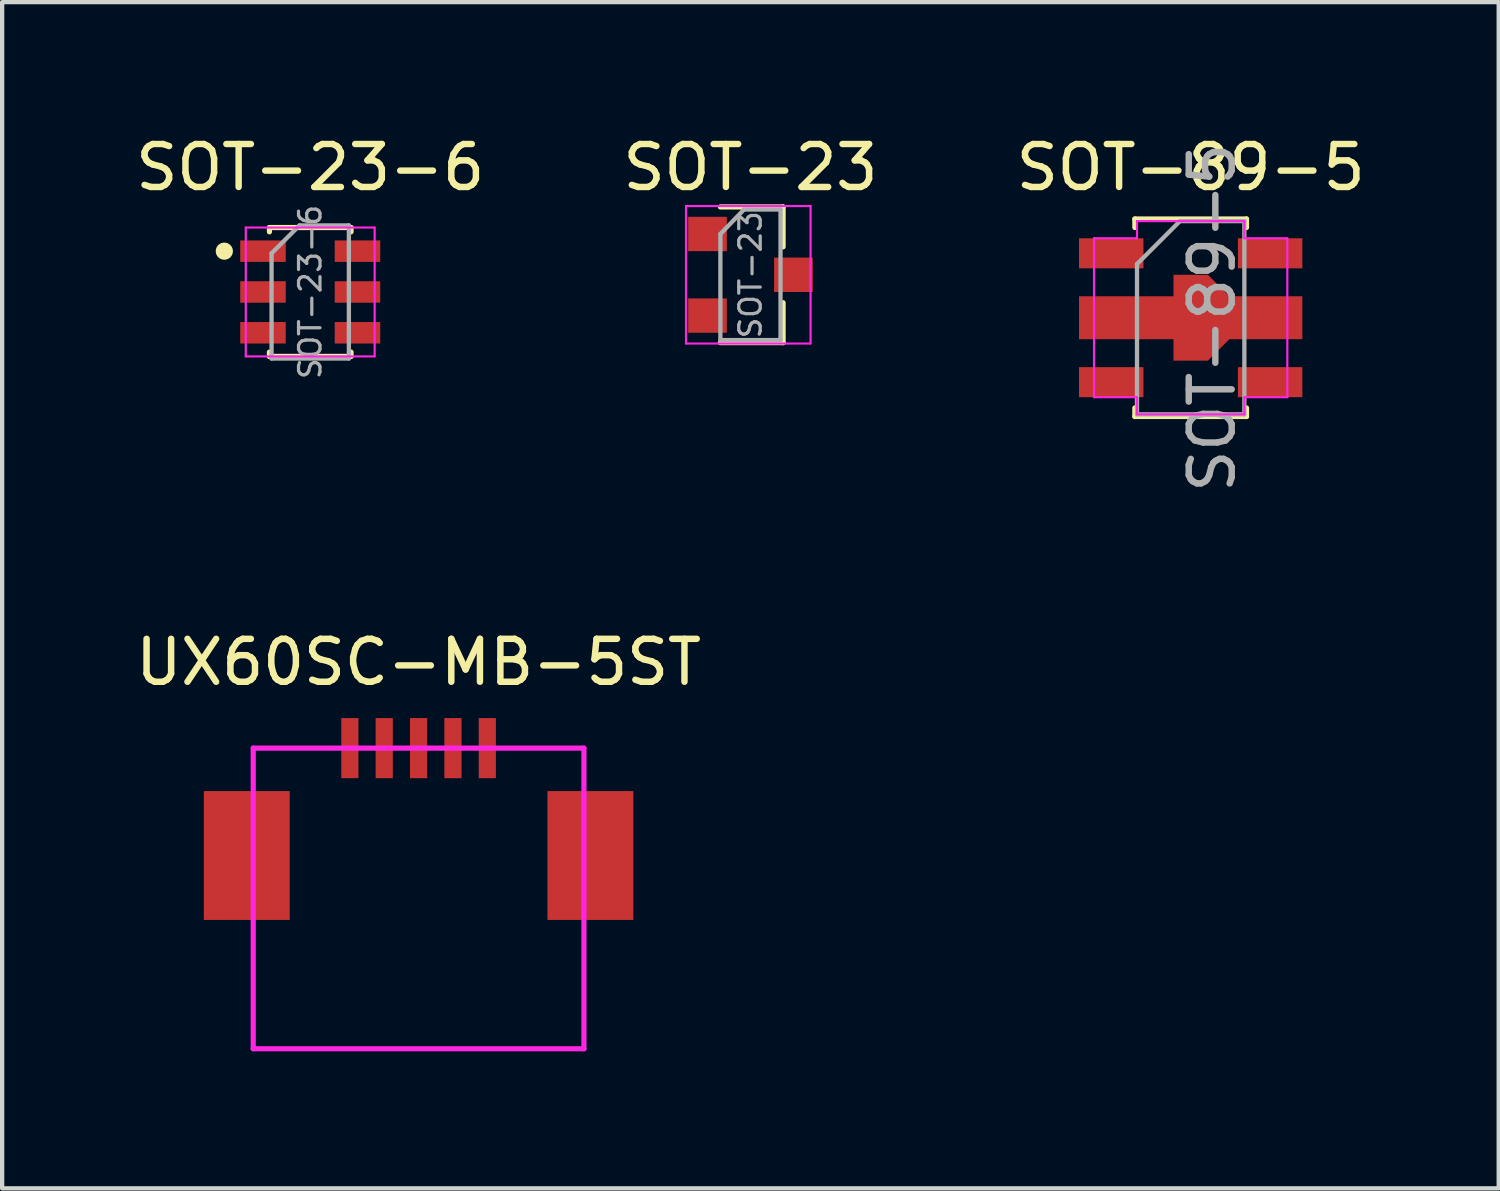
<source format=kicad_pcb>
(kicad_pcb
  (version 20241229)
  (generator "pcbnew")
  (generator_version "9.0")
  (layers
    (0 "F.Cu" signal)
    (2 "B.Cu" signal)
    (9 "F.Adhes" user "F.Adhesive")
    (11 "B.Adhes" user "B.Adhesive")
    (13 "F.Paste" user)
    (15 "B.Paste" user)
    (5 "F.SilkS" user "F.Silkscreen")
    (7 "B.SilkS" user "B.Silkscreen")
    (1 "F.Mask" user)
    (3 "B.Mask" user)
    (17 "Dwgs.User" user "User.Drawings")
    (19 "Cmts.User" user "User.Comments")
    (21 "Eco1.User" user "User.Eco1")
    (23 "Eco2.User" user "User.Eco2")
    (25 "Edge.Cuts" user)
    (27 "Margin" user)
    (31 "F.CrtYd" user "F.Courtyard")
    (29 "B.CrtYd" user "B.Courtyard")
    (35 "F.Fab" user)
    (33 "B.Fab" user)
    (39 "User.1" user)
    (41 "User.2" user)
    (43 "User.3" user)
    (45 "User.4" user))
  (footprint "UX60SC-MB-5ST"
    (layer "F.Cu")
    (at 6.696 21.369)
    (property "Reference" "UX60SC-MB-5ST" (at 0 -9 0) (layer "F.SilkS") (effects (font (size 1 1) (thickness 0.15))))
    (attr through_hole)
    (fp_line (start -3.85 -7) (end 3.85 -7) (stroke (width 0.12) (type solid)) (layer "F.CrtYd"))
    (fp_line (start -3.85 0) (end -3.85 -7) (stroke (width 0.12) (type solid)) (layer "F.CrtYd"))
    (fp_line (start 3.85 -7) (end 3.85 0) (stroke (width 0.12) (type solid)) (layer "F.CrtYd"))
    (fp_line (start 3.85 0) (end -3.85 0) (stroke (width 0.12) (type solid)) (layer "F.CrtYd"))
    (pad "1" smd rect (at -1.6 -7) (size 0.4 1.4) (layers "F.Cu" "F.Mask" "F.Paste"))
    (pad "2" smd rect (at -0.8 -7) (size 0.4 1.4) (layers "F.Cu" "F.Mask" "F.Paste"))
    (pad "3" smd rect (at 0 -7) (size 0.4 1.4) (layers "F.Cu" "F.Mask" "F.Paste"))
    (pad "4" smd rect (at 0.8 -7) (size 0.4 1.4) (layers "F.Cu" "F.Mask" "F.Paste"))
    (pad "5" smd rect (at 1.6 -7) (size 0.4 1.4) (layers "F.Cu" "F.Mask" "F.Paste"))
    (pad "6" smd rect (at -4 -4.5 180) (size 2 3) (layers "F.Cu" "F.Mask" "F.Paste"))
    (pad "6" smd rect (at 4 -4.5 180) (size 2 3) (layers "F.Cu" "F.Mask" "F.Paste")))
  (footprint "SOT-89-5"
    (layer "F.Cu")
    (at 24.673 4.348)
    (property "Reference" "SOT-89-5" (at 0 -3.5 0) (layer "F.SilkS") (effects (font (size 1 1) (thickness 0.15))))
    (attr smd)
    (fp_line (start -1.3 -2.3) (end 1.3 -2.3) (stroke (width 0.12) (type solid)) (layer "F.SilkS"))
    (fp_line (start -1.3 -2.1) (end -1.3 -2.3) (stroke (width 0.12) (type solid)) (layer "F.SilkS"))
    (fp_line (start -1.3 2.1) (end -1.3 2.3) (stroke (width 0.12) (type solid)) (layer "F.SilkS"))
    (fp_line (start -1.3 2.3) (end 1.3 2.3) (stroke (width 0.12) (type solid)) (layer "F.SilkS"))
    (fp_line (start 1.3 -2.3) (end 1.3 -2.1) (stroke (width 0.12) (type solid)) (layer "F.SilkS"))
    (fp_line (start 1.3 2.3) (end 1.3 2.1) (stroke (width 0.12) (type solid)) (layer "F.SilkS"))
    (fp_line (start -2.25 1.85) (end -2.25 -1.85) (stroke (width 0.05) (type solid)) (layer "F.CrtYd"))
    (fp_line (start -1.25 -1.85) (end -2.25 -1.85) (stroke (width 0.05) (type solid)) (layer "F.CrtYd"))
    (fp_line (start -1.25 -1.85) (end -1.25 -2.25) (stroke (width 0.05) (type solid)) (layer "F.CrtYd"))
    (fp_line (start -1.25 1.85) (end -2.25 1.85) (stroke (width 0.05) (type solid)) (layer "F.CrtYd"))
    (fp_line (start -1.25 2.25) (end -1.25 1.85) (stroke (width 0.05) (type solid)) (layer "F.CrtYd"))
    (fp_line (start -1.25 2.25) (end 1.25 2.25) (stroke (width 0.05) (type solid)) (layer "F.CrtYd"))
    (fp_line (start 1.25 -2.25) (end -1.25 -2.25) (stroke (width 0.05) (type solid)) (layer "F.CrtYd"))
    (fp_line (start 1.25 -1.85) (end 1.25 -2.25) (stroke (width 0.05) (type solid)) (layer "F.CrtYd"))
    (fp_line (start 1.25 2.25) (end 1.25 1.85) (stroke (width 0.05) (type solid)) (layer "F.CrtYd"))
    (fp_line (start 2.25 -1.85) (end 1.25 -1.85) (stroke (width 0.05) (type solid)) (layer "F.CrtYd"))
    (fp_line (start 2.25 -1.85) (end 2.25 1.85) (stroke (width 0.05) (type solid)) (layer "F.CrtYd"))
    (fp_line (start 2.25 1.85) (end 1.25 1.85) (stroke (width 0.05) (type solid)) (layer "F.CrtYd"))
    (fp_line (start -1.25 -1.25) (end -0.25 -2.25) (stroke (width 0.1) (type solid)) (layer "F.Fab"))
    (fp_line (start -1.25 2.25) (end -1.25 -1.25) (stroke (width 0.1) (type solid)) (layer "F.Fab"))
    (fp_line (start -0.25 -2.25) (end 1.25 -2.25) (stroke (width 0.1) (type solid)) (layer "F.Fab"))
    (fp_line (start 1.25 -2.25) (end 1.25 2.25) (stroke (width 0.1) (type solid)) (layer "F.Fab"))
    (fp_line (start 1.25 2.25) (end -1.25 2.25) (stroke (width 0.1) (type solid)) (layer "F.Fab"))
    (fp_text user "${REFERENCE}" (at 0.5 0 90) (layer "F.Fab") (effects (font (size 1 1) (thickness 0.15))))
    (pad "1" smd rect (at -1.85 -1.5) (size 1.5 0.7) (layers "F.Cu" "F.Mask" "F.Paste"))
    (pad "2" smd custom (at 0 0) (size 0.8 2) (layers "F.Cu" "F.Mask" "F.Paste") (options (anchor rect)) (primitives (gr_poly (pts (xy -2.6 -0.5) (xy -0.4 -0.5) (xy -0.4 -1) (xy 0.4 -1) (xy 0.9 -0.5) (xy 2.6 -0.5) (xy 2.6 0.5) (xy 0.9 0.5) (xy 0.4 1) (xy -0.4 1) (xy -0.4 0.5) (xy -2.6 0.5)) (width 0) (fill yes))))
    (pad "3" smd rect (at -1.85 1.5) (size 1.5 0.7) (layers "F.Cu" "F.Mask" "F.Paste"))
    (pad "4" smd rect (at 1.85 1.5) (size 1.5 0.7) (layers "F.Cu" "F.Mask" "F.Paste"))
    (pad "5" smd rect (at 1.85 -1.5) (size 1.5 0.7) (layers "F.Cu" "F.Mask" "F.Paste")))
  (footprint "SOT-23-6"
    (layer "F.Cu")
    (at 4.173 3.748)
    (property "Reference" "SOT-23-6" (at 0 -2.9 0) (layer "F.SilkS") (effects (font (size 1 1) (thickness 0.15))))
    (attr smd)
    (fp_line (start -0.95 -1.5) (end -0.95 -1.4) (stroke (width 0.12) (type solid)) (layer "F.SilkS"))
    (fp_line (start -0.95 1.4) (end -0.95 1.5) (stroke (width 0.12) (type solid)) (layer "F.SilkS"))
    (fp_line (start -0.95 1.5) (end 0.95 1.5) (stroke (width 0.12) (type solid)) (layer "F.SilkS"))
    (fp_line (start 0.95 -1.5) (end -0.95 -1.5) (stroke (width 0.12) (type solid)) (layer "F.SilkS"))
    (fp_line (start 0.95 -1.4) (end 0.95 -1.5) (stroke (width 0.12) (type solid)) (layer "F.SilkS"))
    (fp_line (start 0.95 1.5) (end 0.95 1.4) (stroke (width 0.12) (type solid)) (layer "F.SilkS"))
    (fp_circle (center -2 -0.95) (end -1.9 -0.95) (stroke (width 0.2) (type solid)) (fill no) (layer "F.SilkS"))
    (fp_line (start -1.5 -1.5) (end -1.5 1.5) (stroke (width 0.05) (type solid)) (layer "F.CrtYd"))
    (fp_line (start -1.5 1.5) (end 1.5 1.5) (stroke (width 0.05) (type solid)) (layer "F.CrtYd"))
    (fp_line (start 1.5 -1.5) (end -1.5 -1.5) (stroke (width 0.05) (type solid)) (layer "F.CrtYd"))
    (fp_line (start 1.5 1.5) (end 1.5 -1.5) (stroke (width 0.05) (type solid)) (layer "F.CrtYd"))
    (fp_line (start -0.9 -0.9) (end -0.9 1.55) (stroke (width 0.1) (type solid)) (layer "F.Fab"))
    (fp_line (start -0.9 -0.9) (end -0.25 -1.55) (stroke (width 0.1) (type solid)) (layer "F.Fab"))
    (fp_line (start 0.9 -1.55) (end -0.25 -1.55) (stroke (width 0.1) (type solid)) (layer "F.Fab"))
    (fp_line (start 0.9 -1.55) (end 0.9 1.55) (stroke (width 0.1) (type solid)) (layer "F.Fab"))
    (fp_line (start 0.9 1.55) (end -0.9 1.55) (stroke (width 0.1) (type solid)) (layer "F.Fab"))
    (fp_text user "${REFERENCE}" (at 0 0 90) (layer "F.Fab") (effects (font (size 0.5 0.5) (thickness 0.075))))
    (pad "1" smd rect (at -1.1 -0.95) (size 1.06 0.5) (layers "F.Cu" "F.Mask" "F.Paste"))
    (pad "2" smd rect (at -1.1 0) (size 1.06 0.5) (layers "F.Cu" "F.Mask" "F.Paste"))
    (pad "3" smd rect (at -1.1 0.95) (size 1.06 0.5) (layers "F.Cu" "F.Mask" "F.Paste"))
    (pad "4" smd rect (at 1.1 0.95) (size 1.06 0.5) (layers "F.Cu" "F.Mask" "F.Paste"))
    (pad "5" smd rect (at 1.1 0) (size 1.06 0.5) (layers "F.Cu" "F.Mask" "F.Paste"))
    (pad "6" smd rect (at 1.1 -0.95) (size 1.06 0.5) (layers "F.Cu" "F.Mask" "F.Paste")))
  (footprint "SOT-23"
    (layer "F.Cu")
    (at 14.423 3.348)
    (property "Reference" "SOT-23" (at 0 -2.5 0) (layer "F.SilkS") (effects (font (size 1 1) (thickness 0.15))))
    (attr smd)
    (fp_line (start 0.76 -1.58) (end -0.7 -1.58) (stroke (width 0.12) (type solid)) (layer "F.SilkS"))
    (fp_line (start 0.76 -1.58) (end 0.76 -0.65) (stroke (width 0.12) (type solid)) (layer "F.SilkS"))
    (fp_line (start 0.76 1.58) (end -0.7 1.58) (stroke (width 0.12) (type solid)) (layer "F.SilkS"))
    (fp_line (start 0.76 1.58) (end 0.76 0.65) (stroke (width 0.12) (type solid)) (layer "F.SilkS"))
    (fp_line (start -1.5 -1.6) (end 1.4 -1.6) (stroke (width 0.05) (type solid)) (layer "F.CrtYd"))
    (fp_line (start -1.5 1.6) (end -1.5 -1.6) (stroke (width 0.05) (type solid)) (layer "F.CrtYd"))
    (fp_line (start 1.4 -1.6) (end 1.4 1.6) (stroke (width 0.05) (type solid)) (layer "F.CrtYd"))
    (fp_line (start 1.4 1.6) (end -1.5 1.6) (stroke (width 0.05) (type solid)) (layer "F.CrtYd"))
    (fp_line (start -0.7 -0.95) (end -0.7 1.5) (stroke (width 0.1) (type solid)) (layer "F.Fab"))
    (fp_line (start -0.7 -0.95) (end -0.15 -1.52) (stroke (width 0.1) (type solid)) (layer "F.Fab"))
    (fp_line (start -0.7 1.52) (end 0.7 1.52) (stroke (width 0.1) (type solid)) (layer "F.Fab"))
    (fp_line (start -0.15 -1.52) (end 0.7 -1.52) (stroke (width 0.1) (type solid)) (layer "F.Fab"))
    (fp_line (start 0.7 -1.52) (end 0.7 1.52) (stroke (width 0.1) (type solid)) (layer "F.Fab"))
    (fp_text user "${REFERENCE}" (at 0 0 90) (layer "F.Fab") (effects (font (size 0.5 0.5) (thickness 0.075))))
    (pad "1" smd rect (at -1 -0.95) (size 0.9 0.8) (layers "F.Cu" "F.Mask" "F.Paste"))
    (pad "2" smd rect (at -1 0.95) (size 0.9 0.8) (layers "F.Cu" "F.Mask" "F.Paste"))
    (pad "3" smd rect (at 1 0) (size 0.9 0.8) (layers "F.Cu" "F.Mask" "F.Paste")))
  (gr_rect
    (start -3 -3)
    (end 31.845 24.619)
    (stroke (width 0.1) (type default))
    (fill no)
    (layer "Edge.Cuts")))
</source>
